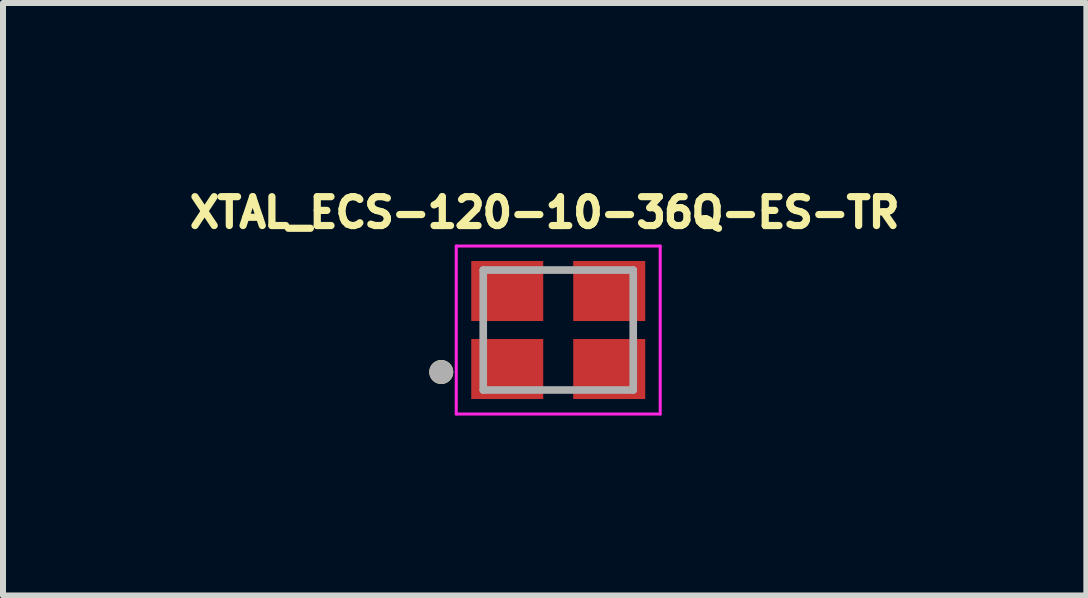
<source format=kicad_pcb>
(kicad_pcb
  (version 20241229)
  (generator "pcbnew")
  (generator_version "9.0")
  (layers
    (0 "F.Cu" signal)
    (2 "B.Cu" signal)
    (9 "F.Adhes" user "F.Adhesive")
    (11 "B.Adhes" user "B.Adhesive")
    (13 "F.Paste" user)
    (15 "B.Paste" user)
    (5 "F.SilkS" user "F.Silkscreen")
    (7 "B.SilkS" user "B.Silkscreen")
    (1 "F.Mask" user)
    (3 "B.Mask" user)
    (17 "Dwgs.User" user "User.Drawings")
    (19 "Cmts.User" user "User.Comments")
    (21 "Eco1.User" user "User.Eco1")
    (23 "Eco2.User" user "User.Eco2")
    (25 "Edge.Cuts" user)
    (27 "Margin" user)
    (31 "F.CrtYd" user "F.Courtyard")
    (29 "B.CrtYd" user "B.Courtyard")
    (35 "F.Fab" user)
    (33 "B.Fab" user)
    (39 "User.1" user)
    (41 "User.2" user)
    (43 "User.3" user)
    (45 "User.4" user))
  (footprint "XTAL_ECS-120-10-36Q-ES-TR"
    (layer "F.Cu")
    (at 6.255 2.451)
    (property "Reference" "XTAL_ECS-120-10-36Q-ES-TR" (at -0.226 -1.958 0) (layer "F.SilkS") (effects (font (size 0.481 0.481) (thickness 0.15))))
    (attr through_hole)
    (fp_circle (center -1.95 0.7) (end -1.85 0.7) (stroke (width 0.2) (type solid)) (fill no) (layer "F.SilkS"))
    (fp_line (start -1.7 -1.4) (end -1.7 1.4) (stroke (width 0.05) (type solid)) (layer "F.CrtYd"))
    (fp_line (start -1.7 1.4) (end 1.7 1.4) (stroke (width 0.05) (type solid)) (layer "F.CrtYd"))
    (fp_line (start 1.7 -1.4) (end -1.7 -1.4) (stroke (width 0.05) (type solid)) (layer "F.CrtYd"))
    (fp_line (start 1.7 1.4) (end 1.7 -1.4) (stroke (width 0.05) (type solid)) (layer "F.CrtYd"))
    (fp_line (start -1.25 -1) (end -1.25 1) (stroke (width 0.127) (type solid)) (layer "F.Fab"))
    (fp_line (start -1.25 1) (end 1.25 1) (stroke (width 0.127) (type solid)) (layer "F.Fab"))
    (fp_line (start 1.25 -1) (end -1.25 -1) (stroke (width 0.127) (type solid)) (layer "F.Fab"))
    (fp_line (start 1.25 1) (end 1.25 -1) (stroke (width 0.127) (type solid)) (layer "F.Fab"))
    (fp_circle (center -1.95 0.7) (end -1.85 0.7) (stroke (width 0.2) (type solid)) (fill no) (layer "F.Fab"))
    (pad "1" smd rect (at -0.85 0.65) (size 1.2 1) (layers "F.Cu" "F.Mask" "F.Paste"))
    (pad "2" smd rect (at 0.85 0.65) (size 1.2 1) (layers "F.Cu" "F.Mask" "F.Paste"))
    (pad "3" smd rect (at 0.85 -0.65) (size 1.2 1) (layers "F.Cu" "F.Mask" "F.Paste"))
    (pad "4" smd rect (at -0.85 -0.65) (size 1.2 1) (layers "F.Cu" "F.Mask" "F.Paste")))
  (gr_rect
    (start -3 -3)
    (end 15.058 6.876)
    (stroke (width 0.1) (type default))
    (fill no)
    (layer "Edge.Cuts")))
</source>
